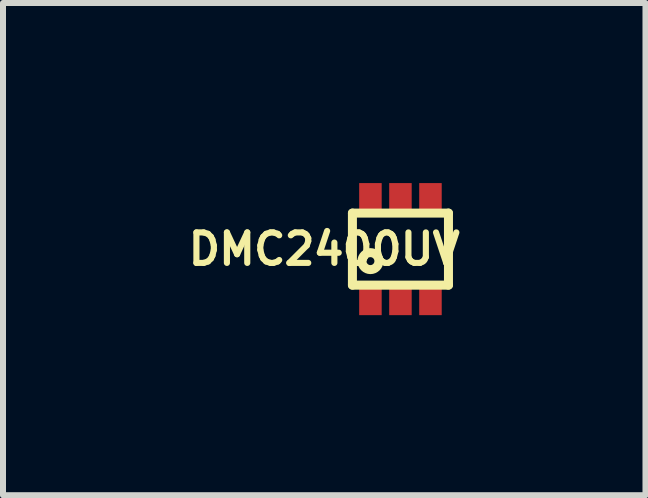
<source format=kicad_pcb>
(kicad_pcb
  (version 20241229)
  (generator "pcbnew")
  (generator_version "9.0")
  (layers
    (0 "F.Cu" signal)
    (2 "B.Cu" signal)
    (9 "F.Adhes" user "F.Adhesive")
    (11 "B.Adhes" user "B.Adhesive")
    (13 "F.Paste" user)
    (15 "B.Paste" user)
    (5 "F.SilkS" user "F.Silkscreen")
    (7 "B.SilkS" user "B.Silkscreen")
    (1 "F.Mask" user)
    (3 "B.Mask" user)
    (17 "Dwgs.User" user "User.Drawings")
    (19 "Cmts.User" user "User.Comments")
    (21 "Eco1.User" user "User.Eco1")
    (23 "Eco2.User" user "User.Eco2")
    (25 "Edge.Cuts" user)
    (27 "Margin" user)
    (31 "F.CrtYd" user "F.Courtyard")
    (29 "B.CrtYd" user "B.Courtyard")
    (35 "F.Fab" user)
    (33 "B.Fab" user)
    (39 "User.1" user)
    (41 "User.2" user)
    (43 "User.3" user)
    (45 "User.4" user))
  (footprint "DMC2400UV"
    (layer "F.Cu")
    (at 3.621 1.1)
    (property "Reference" "DMC2400UV" (at -1.27 0 0) (layer "F.SilkS") (effects (font (size 0.508 0.508) (thickness 0.102))))
    (attr through_hole)
    (fp_line (start -0.8 -0.6) (end 0.8 -0.6) (stroke (width 0.15) (type solid)) (layer "F.SilkS"))
    (fp_line (start -0.8 0.6) (end -0.8 -0.6) (stroke (width 0.15) (type solid)) (layer "F.SilkS"))
    (fp_line (start 0.8 -0.6) (end 0.8 0.6) (stroke (width 0.15) (type solid)) (layer "F.SilkS"))
    (fp_line (start 0.8 0.6) (end -0.8 0.6) (stroke (width 0.15) (type solid)) (layer "F.SilkS"))
    (fp_circle (center -0.5 0.2) (end -0.4 0.3) (stroke (width 0.15) (type solid)) (fill no) (layer "F.SilkS"))
    (pad "1" smd rect (at -0.5 0.85) (size 0.375 0.5) (layers "F.Cu" "F.Mask" "F.Paste"))
    (pad "2" smd rect (at 0 0.85) (size 0.375 0.5) (layers "F.Cu" "F.Mask" "F.Paste"))
    (pad "3" smd rect (at 0.5 0.85) (size 0.375 0.5) (layers "F.Cu" "F.Mask" "F.Paste"))
    (pad "4" smd rect (at 0.5 -0.85) (size 0.375 0.5) (layers "F.Cu" "F.Mask" "F.Paste"))
    (pad "5" smd rect (at 0 -0.85) (size 0.375 0.5) (layers "F.Cu" "F.Mask" "F.Paste"))
    (pad "6" smd rect (at -0.5 -0.85) (size 0.375 0.5) (layers "F.Cu" "F.Mask" "F.Paste")))
  (gr_rect
    (start -3 -3)
    (end 7.703 5.2)
    (stroke (width 0.1) (type default))
    (fill no)
    (layer "Edge.Cuts")))
</source>
